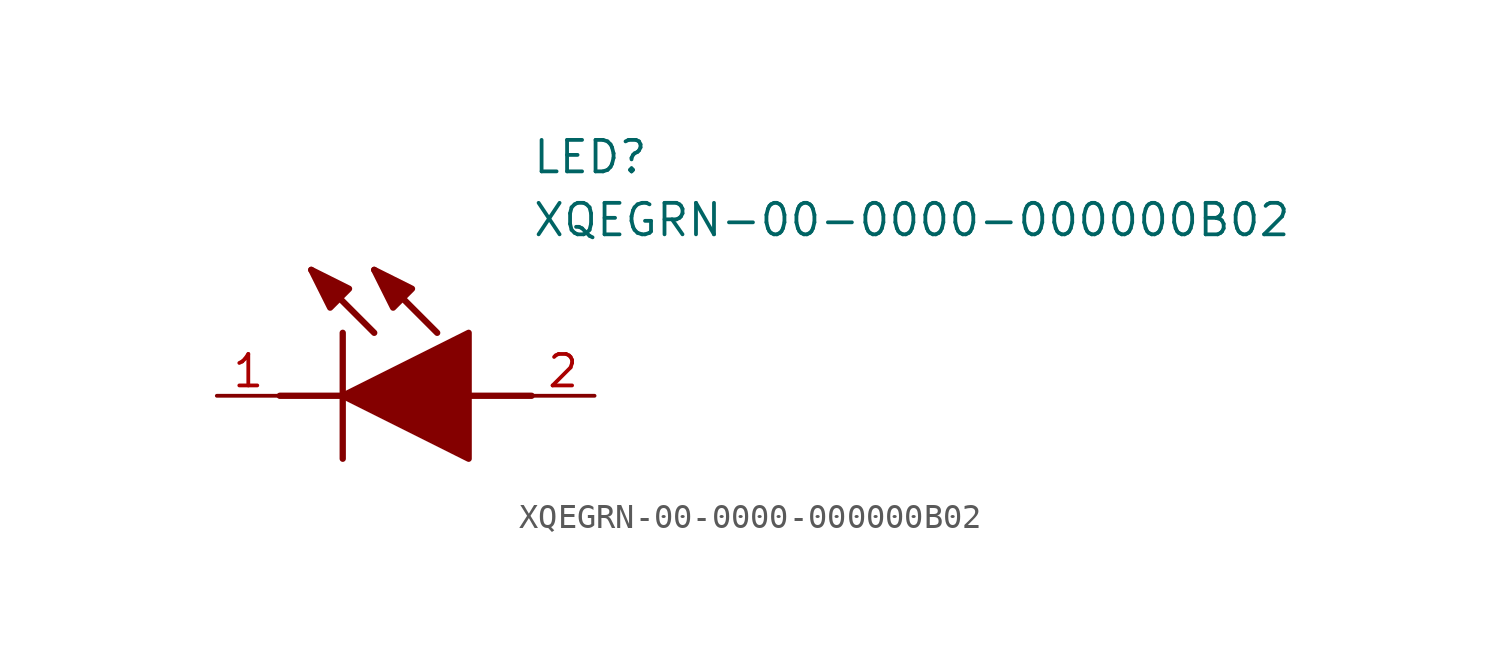
<source format=kicad_sym>
(kicad_symbol_lib
  (version 20211014)
  (generator SamacSys_ECAD_Model)
  (symbol "XQEGRN-00-0000-000000B02"
    (pin_names hide)
    (property "Reference" "LED"
      (at 12.7 8.89 0)
      (effects (font (size 1.27 1.27)) (justify left bottom)))
    (property "Value" "XQEGRN-00-0000-000000B02"
      (at 12.7 6.35 0)
      (effects (font (size 1.27 1.27)) (justify left bottom)))
    (polyline
      (pts (xy 5.08 2.54) (xy 5.08 -2.54))
      (stroke (width 0.254) (type default))
      (fill (type none)))
    (polyline
      (pts (xy 6.35 2.54) (xy 3.81 5.08))
      (stroke (width 0.254) (type default))
      (fill (type none)))
    (polyline
      (pts (xy 8.89 2.54) (xy 6.35 5.08))
      (stroke (width 0.254) (type default))
      (fill (type none)))
    (polyline
      (pts (xy 2.54 0) (xy 5.08 0))
      (stroke (width 0.254) (type default))
      (fill (type none)))
    (polyline
      (pts (xy 10.16 0) (xy 12.7 0))
      (stroke (width 0.254) (type default))
      (fill (type none)))
    (polyline
      (pts (xy 5.08 0) (xy 10.16 2.54) (xy 10.16 -2.54) (xy 5.08 0))
      (stroke (width 0.254) (type default))
      (fill (type outline)))
    (polyline
      (pts (xy 5.334 4.318) (xy 4.572 3.556) (xy 3.81 5.08) (xy 5.334 4.318))
      (stroke (width 0.254) (type default))
      (fill (type outline)))
    (polyline
      (pts (xy 7.874 4.318) (xy 7.112 3.556) (xy 6.35 5.08) (xy 7.874 4.318))
      (stroke (width 0.254) (type default))
      (fill (type outline)))
    (pin passive line
      (at 0 0 0)
      (length 2.54)
      (name "K" (effects (font (size 1.27 1.27))))
      (number "1" (effects (font (size 1.27 1.27)))))
    (pin passive line
      (at 15.24 0 180)
      (length 2.54)
      (name "A" (effects (font (size 1.27 1.27))))
      (number "2" (effects (font (size 1.27 1.27)))))))
</source>
